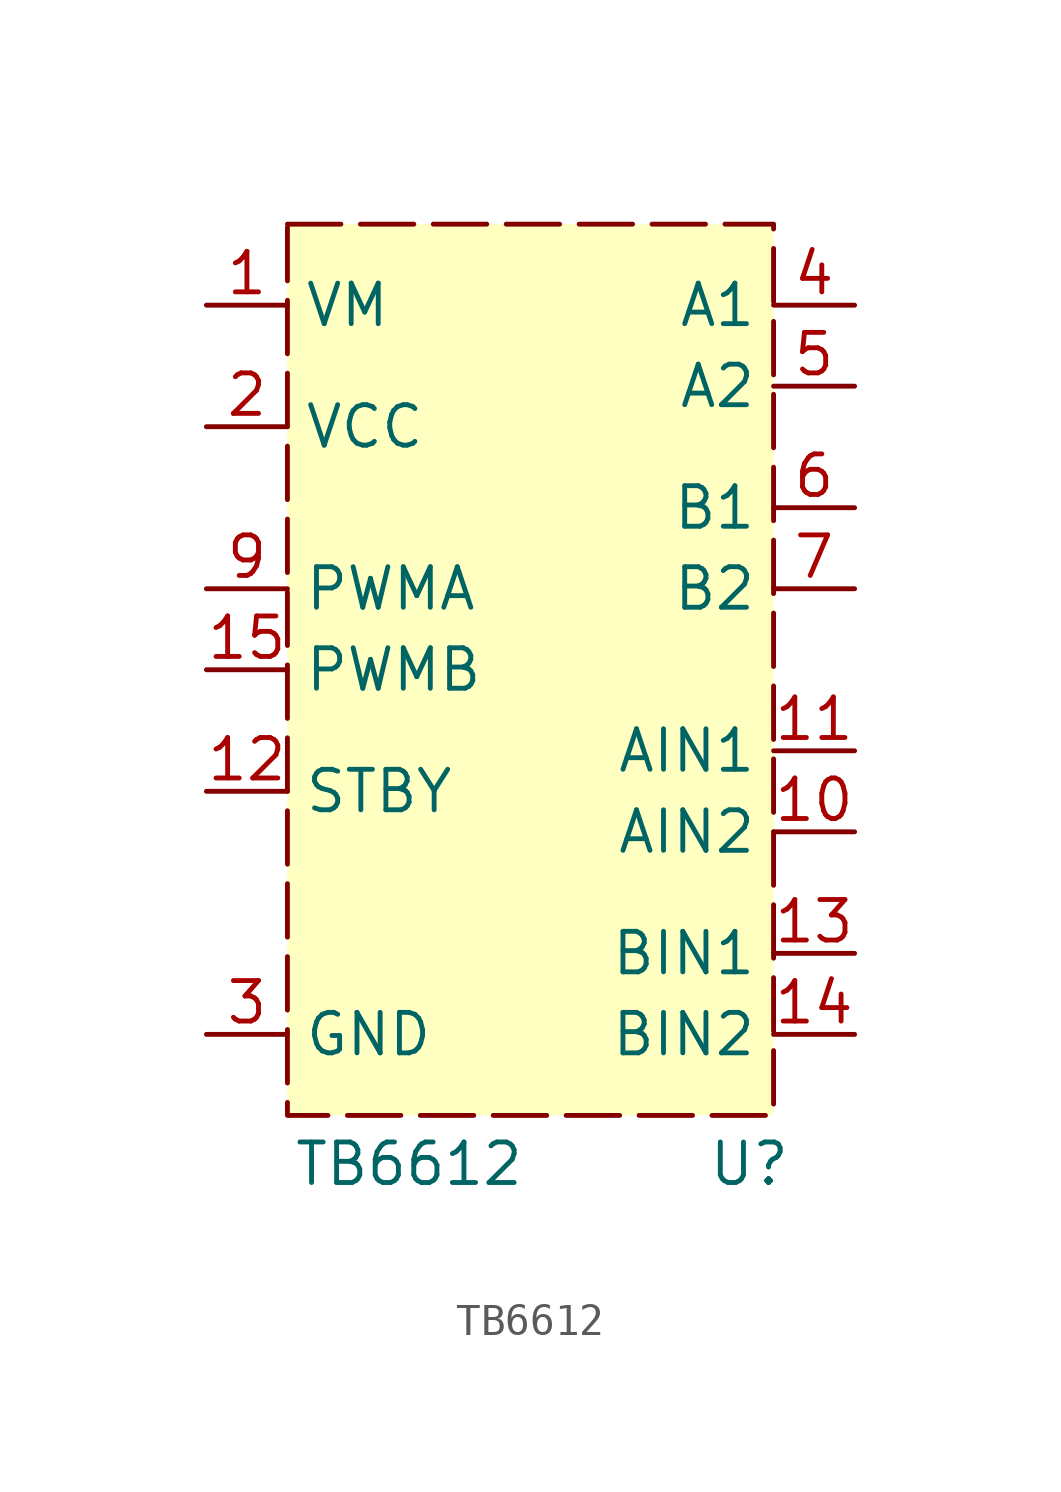
<source format=kicad_sym>
(kicad_symbol_lib
  (version 20241209)
  (generator "kicad_symbol_editor")
  (generator_version "9.0")
  (symbol "TB6612"
    (property "Reference" "U"
      (at 6.858 -15.494 0)
      (effects (font (size 1.27 1.27))))
    (property "Value" "TB6612"
      (at -3.81 -15.494 0)
      (effects (font (size 1.27 1.27))))
    (symbol "TB6612_1_1"
      (rectangle (start -7.62 13.97) (end 7.62 -13.97) (stroke (width 0) (type dash)) (fill (type background)))
      (pin input line (at -10.16 11.43 0) (length 2.54) (name "VM" (effects (font (size 1.27 1.27)))) (number "1" (effects (font (size 1.27 1.27)))))
      (pin input line (at -10.16 7.62 0) (length 2.54) (name "VCC" (effects (font (size 1.27 1.27)))) (number "2" (effects (font (size 1.27 1.27)))))
      (pin input line (at -10.16 2.54 0) (length 2.54) (name "PWMA" (effects (font (size 1.27 1.27)))) (number "9" (effects (font (size 1.27 1.27)))))
      (pin input line (at -10.16 0 0) (length 2.54) (name "PWMB" (effects (font (size 1.27 1.27)))) (number "15" (effects (font (size 1.27 1.27)))))
      (pin output line (at -10.16 -3.81 0) (length 2.54) (name "STBY" (effects (font (size 1.27 1.27)))) (number "12" (effects (font (size 1.27 1.27)))))
      (pin input line (at -10.16 -11.43 0) (length 2.54) (name "GND" (effects (font (size 1.27 1.27)))) (number "3" (effects (font (size 1.27 1.27)))))
      (pin output line (at 10.16 11.43 180) (length 2.54) (name "A1" (effects (font (size 1.27 1.27)))) (number "4" (effects (font (size 1.27 1.27)))))
      (pin output line (at 10.16 8.89 180) (length 2.54) (name "A2" (effects (font (size 1.27 1.27)))) (number "5" (effects (font (size 1.27 1.27)))))
      (pin output line (at 10.16 5.08 180) (length 2.54) (name "B1" (effects (font (size 1.27 1.27)))) (number "6" (effects (font (size 1.27 1.27)))))
      (pin output line (at 10.16 2.54 180) (length 2.54) (name "B2" (effects (font (size 1.27 1.27)))) (number "7" (effects (font (size 1.27 1.27)))))
      (pin output line (at 10.16 -2.54 180) (length 2.54) (name "AIN1" (effects (font (size 1.27 1.27)))) (number "11" (effects (font (size 1.27 1.27)))))
      (pin output line (at 10.16 -5.08 180) (length 2.54) (name "AIN2" (effects (font (size 1.27 1.27)))) (number "10" (effects (font (size 1.27 1.27)))))
      (pin output line (at 10.16 -8.89 180) (length 2.54) (name "BIN1" (effects (font (size 1.27 1.27)))) (number "13" (effects (font (size 1.27 1.27)))))
      (pin output line (at 10.16 -11.43 180) (length 2.54) (name "BIN2" (effects (font (size 1.27 1.27)))) (number "14" (effects (font (size 1.27 1.27))))))))
</source>
